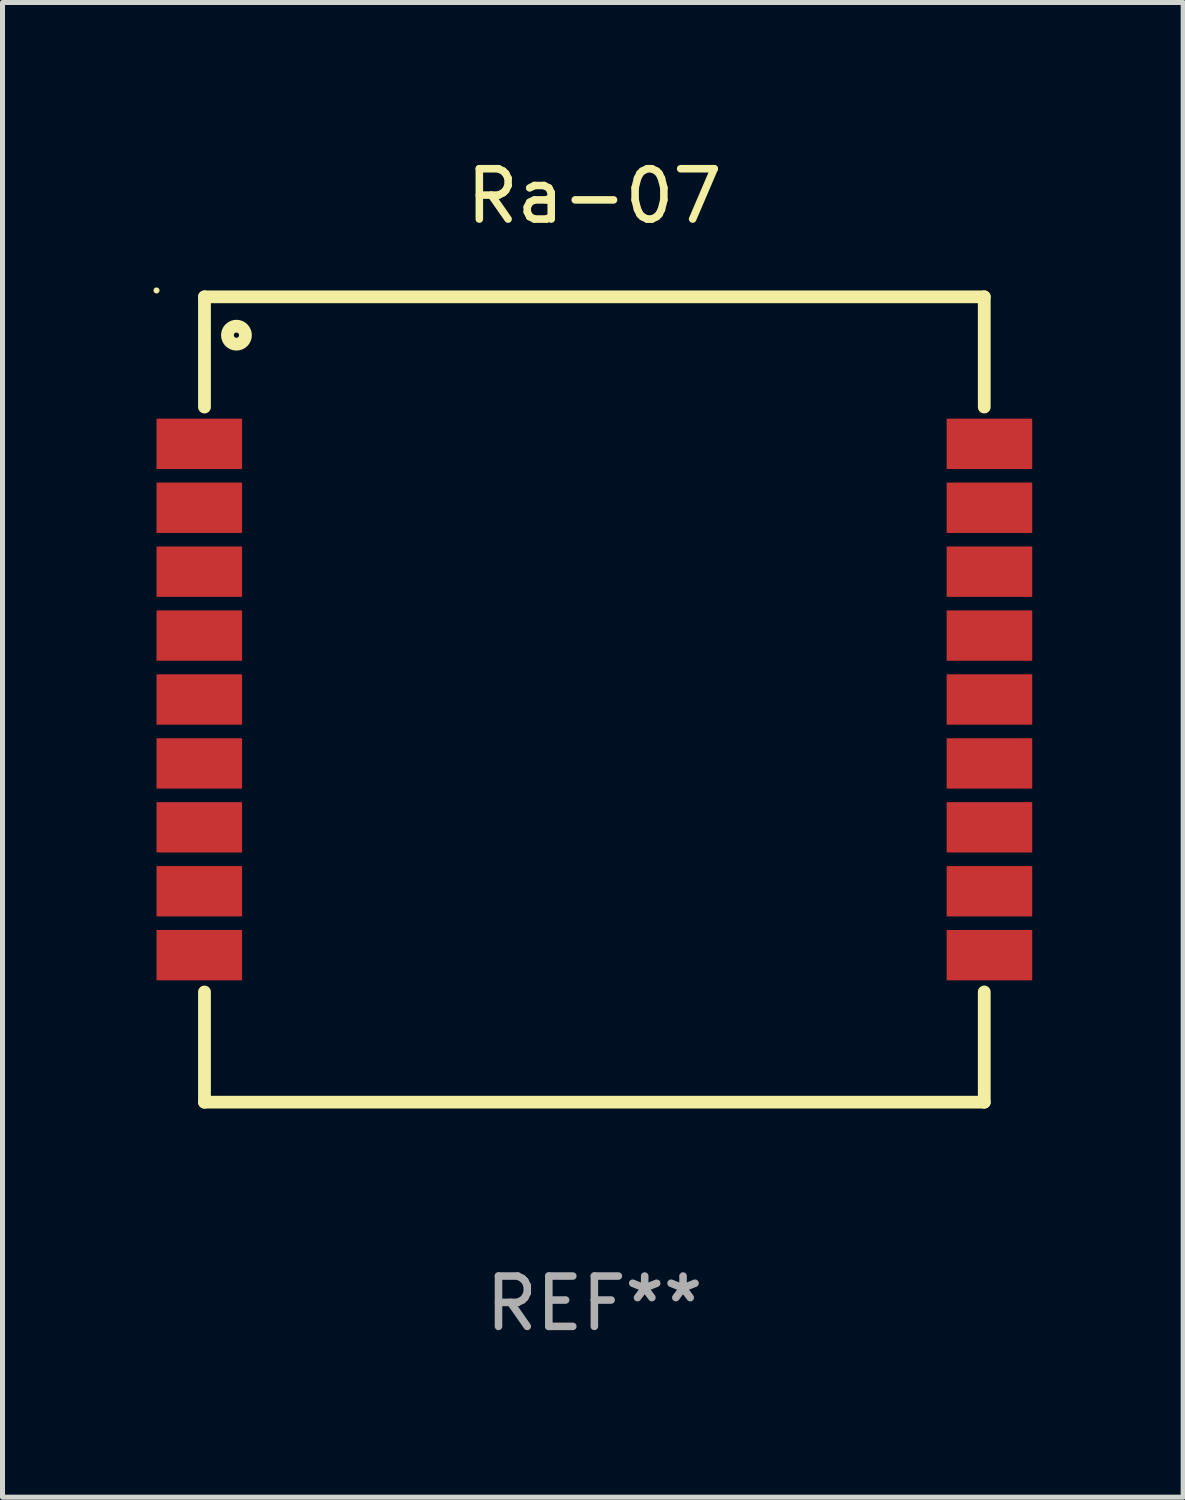
<source format=kicad_pcb>
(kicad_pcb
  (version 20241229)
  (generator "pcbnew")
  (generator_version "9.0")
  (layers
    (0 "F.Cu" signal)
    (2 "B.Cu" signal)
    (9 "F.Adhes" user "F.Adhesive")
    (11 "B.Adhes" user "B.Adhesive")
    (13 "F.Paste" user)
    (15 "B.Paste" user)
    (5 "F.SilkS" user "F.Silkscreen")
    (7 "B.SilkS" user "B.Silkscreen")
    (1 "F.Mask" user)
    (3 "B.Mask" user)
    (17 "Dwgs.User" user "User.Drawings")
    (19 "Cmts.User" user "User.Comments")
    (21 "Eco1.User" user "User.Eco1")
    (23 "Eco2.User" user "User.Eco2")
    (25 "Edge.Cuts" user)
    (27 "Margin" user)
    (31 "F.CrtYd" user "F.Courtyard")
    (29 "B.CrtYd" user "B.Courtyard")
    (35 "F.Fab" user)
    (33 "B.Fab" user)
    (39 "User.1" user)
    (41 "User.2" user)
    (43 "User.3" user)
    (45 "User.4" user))
  (footprint "Ra-07"
    (layer "F.Cu")
    (at 8.76 10.849)
    (property "Reference" "Ra-07" (at 0 -10.001 0) (layer "F.SilkS") (effects (font (size 1 1) (thickness 0.15))))
    (attr through_hole)
    (fp_line (start -7.747 -8.001) (end 7.747 -8.001) (stroke (width 0.254) (type solid)) (layer "F.SilkS"))
    (fp_line (start -7.747 -5.811) (end -7.747 -8.001) (stroke (width 0.254) (type solid)) (layer "F.SilkS"))
    (fp_line (start -7.747 8.001) (end -7.747 5.811) (stroke (width 0.254) (type solid)) (layer "F.SilkS"))
    (fp_line (start 7.747 -8.001) (end 7.747 -5.811) (stroke (width 0.254) (type solid)) (layer "F.SilkS"))
    (fp_line (start 7.747 5.811) (end 7.747 8.001) (stroke (width 0.254) (type solid)) (layer "F.SilkS"))
    (fp_line (start 7.747 8.001) (end -7.747 8.001) (stroke (width 0.254) (type solid)) (layer "F.SilkS"))
    (fp_circle (center -8.7 -8.128) (end -8.67 -8.128) (stroke (width 0.06) (type solid)) (fill no) (layer "F.SilkS"))
    (fp_circle (center -7.112 -7.239) (end -6.933 -7.239) (stroke (width 0.254) (type solid)) (fill no) (layer "F.SilkS"))
    (fp_text user "REF**" (at 0 12.001 0) (layer "F.Fab") (effects (font (size 1 1) (thickness 0.15))))
    (pad "1" smd rect (at -7.85 -5.08) (size 1.7 1) (layers "F.Cu" "F.Mask" "F.Paste"))
    (pad "2" smd rect (at -7.85 -3.81) (size 1.7 1) (layers "F.Cu" "F.Mask" "F.Paste"))
    (pad "3" smd rect (at -7.85 -2.54) (size 1.7 1) (layers "F.Cu" "F.Mask" "F.Paste"))
    (pad "4" smd rect (at -7.85 -1.27) (size 1.7 1) (layers "F.Cu" "F.Mask" "F.Paste"))
    (pad "5" smd rect (at -7.85 0) (size 1.7 1) (layers "F.Cu" "F.Mask" "F.Paste"))
    (pad "6" smd rect (at -7.85 1.27) (size 1.7 1) (layers "F.Cu" "F.Mask" "F.Paste"))
    (pad "7" smd rect (at -7.85 2.54) (size 1.7 1) (layers "F.Cu" "F.Mask" "F.Paste"))
    (pad "8" smd rect (at -7.85 3.81) (size 1.7 1) (layers "F.Cu" "F.Mask" "F.Paste"))
    (pad "9" smd rect (at -7.85 5.08) (size 1.7 1) (layers "F.Cu" "F.Mask" "F.Paste"))
    (pad "10" smd rect (at 7.85 5.08) (size 1.7 1) (layers "F.Cu" "F.Mask" "F.Paste"))
    (pad "11" smd rect (at 7.85 3.81) (size 1.7 1) (layers "F.Cu" "F.Mask" "F.Paste"))
    (pad "12" smd rect (at 7.85 2.54) (size 1.7 1) (layers "F.Cu" "F.Mask" "F.Paste"))
    (pad "13" smd rect (at 7.85 1.27) (size 1.7 1) (layers "F.Cu" "F.Mask" "F.Paste"))
    (pad "14" smd rect (at 7.85 0) (size 1.7 1) (layers "F.Cu" "F.Mask" "F.Paste"))
    (pad "15" smd rect (at 7.85 -1.27) (size 1.7 1) (layers "F.Cu" "F.Mask" "F.Paste"))
    (pad "16" smd rect (at 7.85 -2.54) (size 1.7 1) (layers "F.Cu" "F.Mask" "F.Paste"))
    (pad "17" smd rect (at 7.85 -3.81) (size 1.7 1) (layers "F.Cu" "F.Mask" "F.Paste"))
    (pad "18" smd rect (at 7.85 -5.08) (size 1.7 1) (layers "F.Cu" "F.Mask" "F.Paste")))
  (gr_rect
    (start -3 -3)
    (end 20.46 26.699)
    (stroke (width 0.1) (type default))
    (fill no)
    (layer "Edge.Cuts")))
</source>
